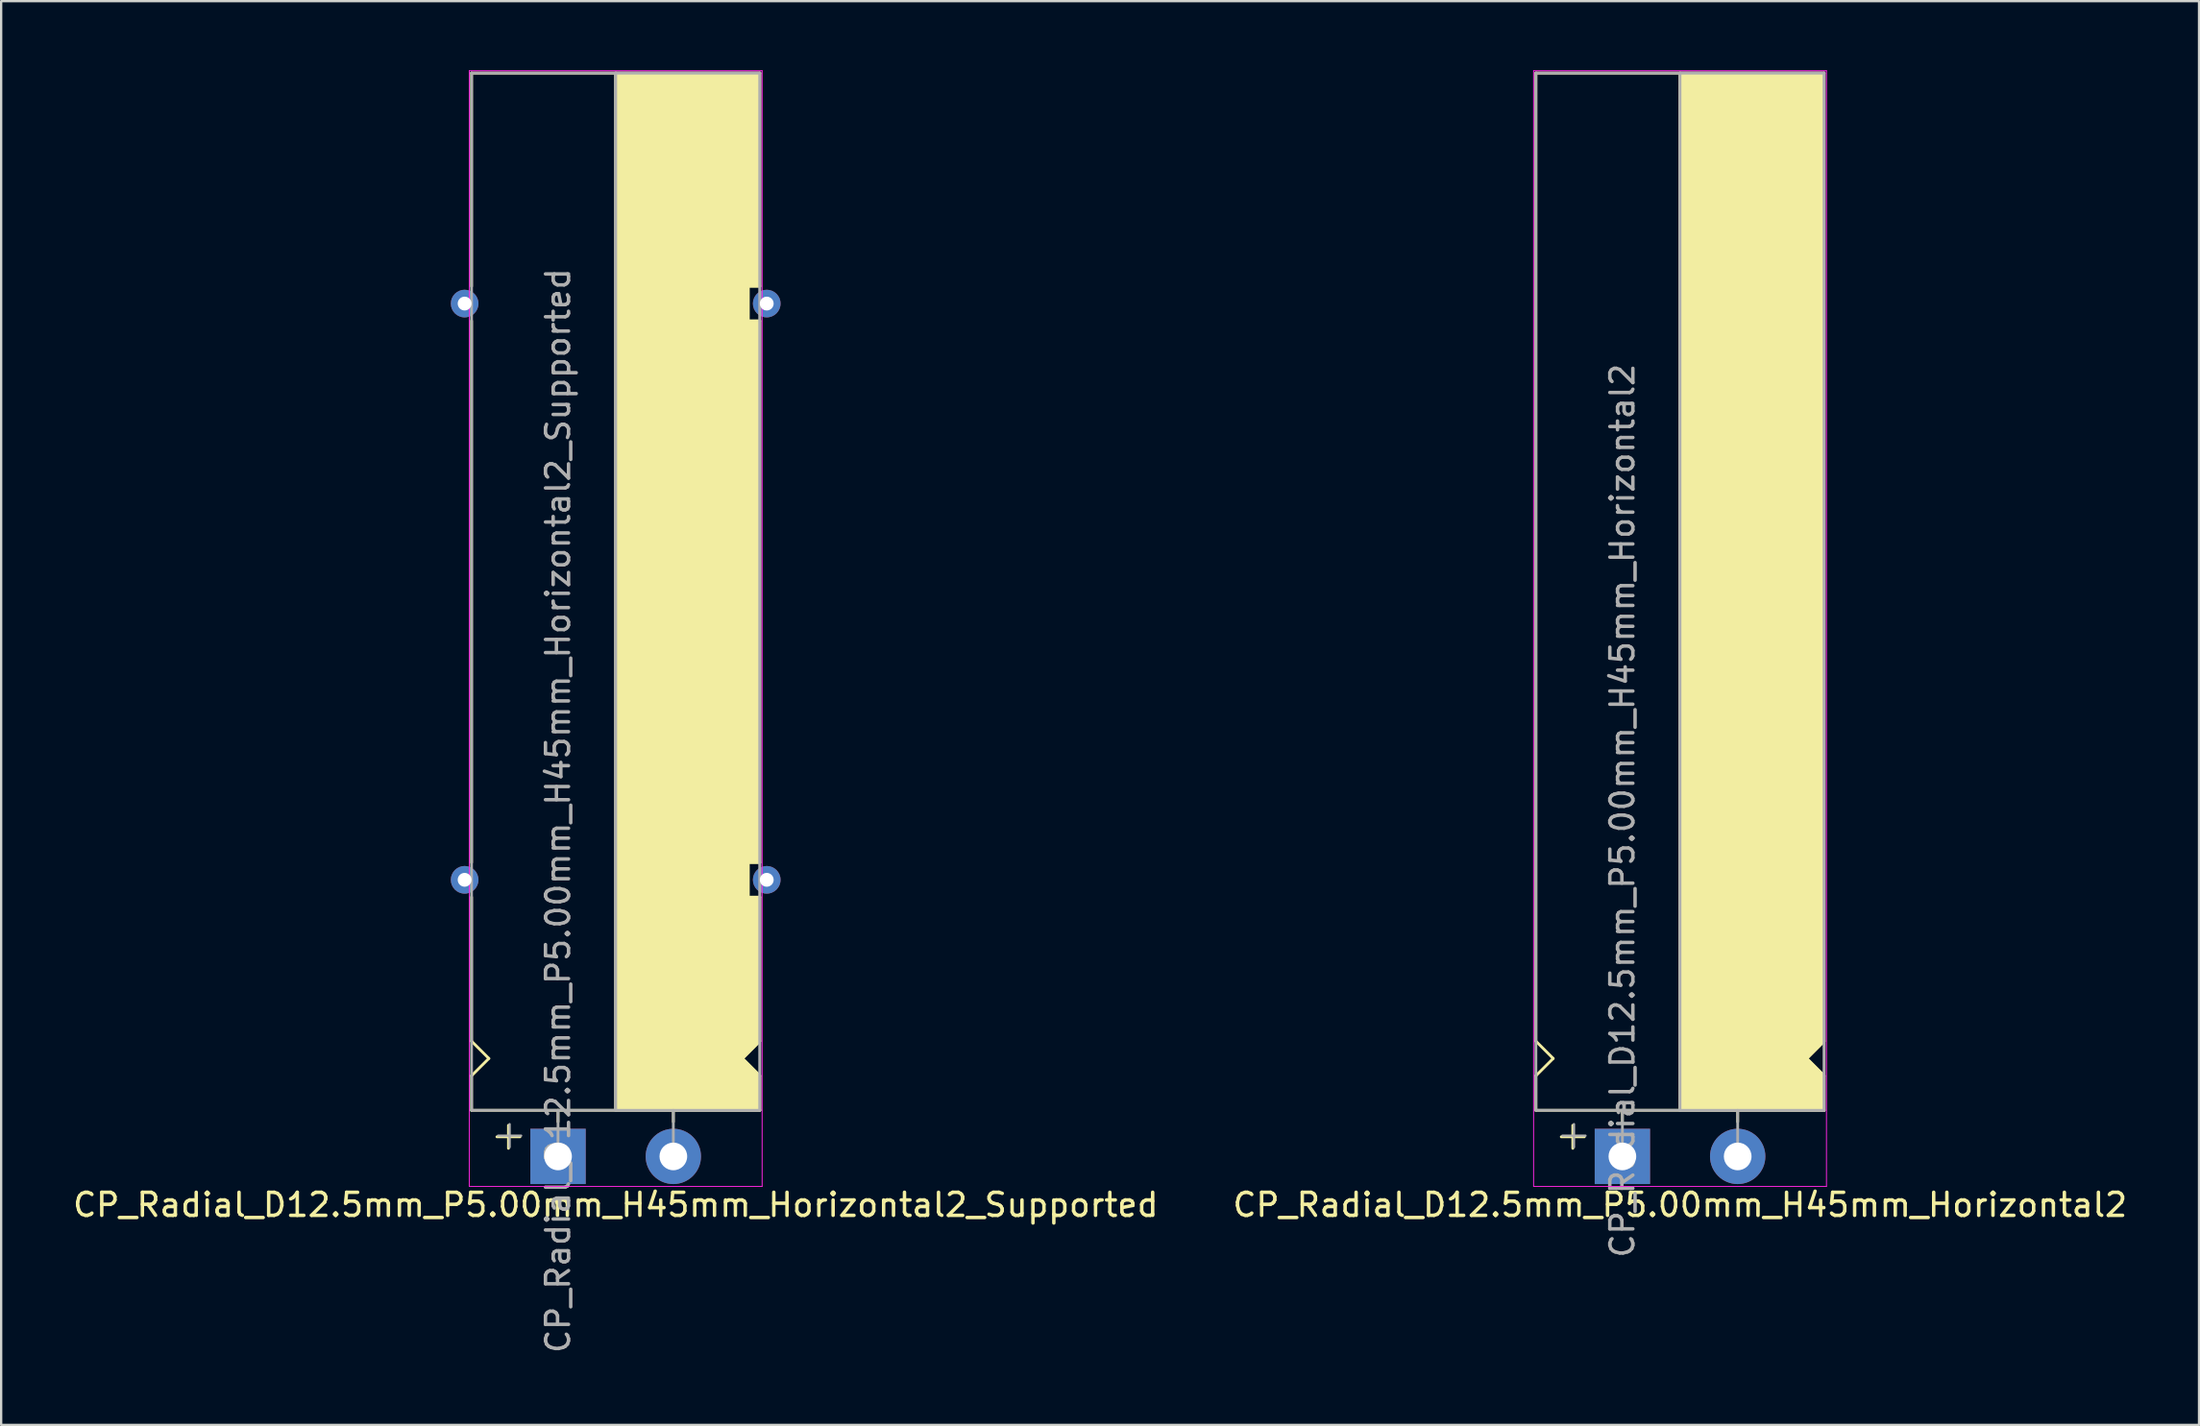
<source format=kicad_pcb>
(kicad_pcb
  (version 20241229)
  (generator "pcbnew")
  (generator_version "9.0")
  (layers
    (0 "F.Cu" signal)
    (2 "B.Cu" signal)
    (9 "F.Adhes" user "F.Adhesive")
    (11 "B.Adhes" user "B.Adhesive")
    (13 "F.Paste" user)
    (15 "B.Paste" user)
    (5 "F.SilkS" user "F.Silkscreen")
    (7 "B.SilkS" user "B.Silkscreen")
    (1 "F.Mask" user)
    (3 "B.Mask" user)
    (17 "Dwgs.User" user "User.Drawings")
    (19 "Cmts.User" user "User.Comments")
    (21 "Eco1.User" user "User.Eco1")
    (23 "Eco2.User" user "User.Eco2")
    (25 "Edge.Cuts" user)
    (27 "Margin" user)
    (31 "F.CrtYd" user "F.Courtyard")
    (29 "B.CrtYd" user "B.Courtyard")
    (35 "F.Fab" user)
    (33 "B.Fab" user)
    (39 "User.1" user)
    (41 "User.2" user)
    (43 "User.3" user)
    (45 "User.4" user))
  (footprint "CP_Radial_D12.5mm_P5.00mm_H45mm_Horizontal2_Supported"
    (layer "F.Cu")
    (at 21.149 47.12)
    (property "Reference" "CP_Radial_D12.5mm_P5.00mm_H45mm_Horizontal2_Supported" (at 2.5 2.1 180) (layer "F.SilkS") (effects (font (size 1 1) (thickness 0.15))))
    (attr through_hole)
    (fp_line (start -3.75 -47) (end -3.75 -37.75) (stroke (width 0.12) (type solid)) (layer "F.SilkS"))
    (fp_line (start -3.75 -12.75) (end -3.75 -36.25) (stroke (width 0.12) (type solid)) (layer "F.SilkS"))
    (fp_line (start -3.75 -5) (end -3.75 -11.25) (stroke (width 0.12) (type solid)) (layer "F.SilkS"))
    (fp_line (start -3.75 -3.5) (end -3 -4.25) (stroke (width 0.12) (type solid)) (layer "F.SilkS"))
    (fp_line (start -3.75 -2) (end -3.75 -3.5) (stroke (width 0.12) (type solid)) (layer "F.SilkS"))
    (fp_line (start -3 -4.25) (end -3.75 -5) (stroke (width 0.12) (type solid)) (layer "F.SilkS"))
    (fp_line (start -2.15 -1.35) (end -2.15 -0.35) (stroke (width 0.12) (type solid)) (layer "F.SilkS"))
    (fp_line (start -1.65 -0.85) (end -2.65 -0.85) (stroke (width 0.12) (type solid)) (layer "F.SilkS"))
    (fp_line (start 0 -1.5) (end 0 -2) (stroke (width 0.12) (type solid)) (layer "F.SilkS"))
    (fp_line (start 2.5 -2) (end -3.75 -2) (stroke (width 0.12) (type solid)) (layer "F.SilkS"))
    (fp_line (start 2.5 -2) (end 2.5 -47) (stroke (width 0.12) (type solid)) (layer "F.SilkS"))
    (fp_line (start 2.5 -2) (end 8.75 -2) (stroke (width 0.12) (type solid)) (layer "F.SilkS"))
    (fp_line (start 5 -1.5) (end 5 -2) (stroke (width 0.12) (type solid)) (layer "F.SilkS"))
    (fp_line (start 8 -4.25) (end 8.75 -5) (stroke (width 0.12) (type solid)) (layer "F.SilkS"))
    (fp_line (start 8.25 -37.75) (end 8.25 -36.25) (stroke (width 0.12) (type solid)) (layer "F.SilkS"))
    (fp_line (start 8.25 -36.25) (end 8.75 -36.25) (stroke (width 0.12) (type solid)) (layer "F.SilkS"))
    (fp_line (start 8.25 -12.75) (end 8.25 -11.25) (stroke (width 0.12) (type solid)) (layer "F.SilkS"))
    (fp_line (start 8.25 -11.25) (end 8.75 -11.25) (stroke (width 0.12) (type solid)) (layer "F.SilkS"))
    (fp_line (start 8.75 -47) (end -3.75 -47) (stroke (width 0.12) (type solid)) (layer "F.SilkS"))
    (fp_line (start 8.75 -47) (end 8.75 -37.75) (stroke (width 0.12) (type solid)) (layer "F.SilkS"))
    (fp_line (start 8.75 -37.75) (end 8.25 -37.75) (stroke (width 0.12) (type solid)) (layer "F.SilkS"))
    (fp_line (start 8.75 -12.75) (end 8.25 -12.75) (stroke (width 0.12) (type solid)) (layer "F.SilkS"))
    (fp_line (start 8.75 -12.75) (end 8.75 -36.25) (stroke (width 0.12) (type solid)) (layer "F.SilkS"))
    (fp_line (start 8.75 -5) (end 8.75 -11.25) (stroke (width 0.12) (type solid)) (layer "F.SilkS"))
    (fp_line (start 8.75 -3.5) (end 8 -4.25) (stroke (width 0.12) (type solid)) (layer "F.SilkS"))
    (fp_line (start 8.75 -2) (end 8.75 -3.5) (stroke (width 0.12) (type solid)) (layer "F.SilkS"))
    (fp_poly (pts (xy 8.75 -3.5) (xy 8 -4.25) (xy 8.75 -5) (xy 8.75 -11.25) (xy 8.25 -11.25) (xy 8.25 -12.75) (xy 8.75 -12.75) (xy 8.75 -36.25) (xy 8.25 -36.25) (xy 8.25 -37.75) (xy 8.75 -37.75) (xy 8.75 -47) (xy 2.5 -47) (xy 2.5 -2) (xy 8.75 -2)) (stroke (width 0.1) (type solid)) (fill yes) (layer "F.SilkS"))
    (fp_line (start -3.85 -47.1) (end -3.85 1.3) (stroke (width 0.04) (type solid)) (layer "F.CrtYd"))
    (fp_line (start 8.85 -47.1) (end -3.85 -47.1) (stroke (width 0.04) (type solid)) (layer "F.CrtYd"))
    (fp_line (start 8.85 1.3) (end -3.85 1.3) (stroke (width 0.04) (type solid)) (layer "F.CrtYd"))
    (fp_line (start 8.85 1.3) (end 8.85 -47.1) (stroke (width 0.04) (type solid)) (layer "F.CrtYd"))
    (fp_line (start -3.75 -47) (end 8.75 -47) (stroke (width 0.12) (type solid)) (layer "F.Fab"))
    (fp_line (start -3.75 -2) (end -3.75 -47) (stroke (width 0.12) (type solid)) (layer "F.Fab"))
    (fp_line (start -2.6 -0.9) (end -1.6 -0.9) (stroke (width 0.1) (type solid)) (layer "F.Fab"))
    (fp_line (start -2.1 -0.4) (end -2.1 -1.4) (stroke (width 0.1) (type solid)) (layer "F.Fab"))
    (fp_line (start 0 -2) (end -3.75 -2) (stroke (width 0.12) (type solid)) (layer "F.Fab"))
    (fp_line (start 0 0) (end 0 -2) (stroke (width 0.12) (type solid)) (layer "F.Fab"))
    (fp_line (start 2.5 -2) (end 2.5 -47) (stroke (width 0.12) (type solid)) (layer "F.Fab"))
    (fp_line (start 5 -2) (end 5 0) (stroke (width 0.12) (type solid)) (layer "F.Fab"))
    (fp_line (start 8.75 -47) (end 8.75 -2) (stroke (width 0.12) (type solid)) (layer "F.Fab"))
    (fp_line (start 8.75 -2) (end 0 -2) (stroke (width 0.12) (type solid)) (layer "F.Fab"))
    (fp_poly (pts (xy 8.75 -47) (xy 2.5 -47) (xy 2.5 -2) (xy 8.75 -2)) (stroke (width 0.1) (type solid)) (fill no) (layer "F.Fab"))
    (fp_text user "${REFERENCE}" (at 0 -15 90) (layer "F.Fab") (effects (font (size 1 1) (thickness 0.15))))
    (pad "" thru_hole circle (at -4.05 -37 180) (size 1.2 1.2) (drill 0.6) (layers "*.Cu" "*.Mask"))
    (pad "" thru_hole circle (at -4.05 -12 180) (size 1.2 1.2) (drill 0.6) (layers "*.Cu" "*.Mask"))
    (pad "" thru_hole circle (at 9.05 -37 180) (size 1.2 1.2) (drill 0.6) (layers "*.Cu" "*.Mask"))
    (pad "" thru_hole circle (at 9.05 -12 180) (size 1.2 1.2) (drill 0.6) (layers "*.Cu" "*.Mask"))
    (pad "1" thru_hole rect (at 0 0) (size 2.4 2.4) (drill 1.2) (layers "*.Cu" "*.Mask"))
    (pad "2" thru_hole circle (at 5 0) (size 2.4 2.4) (drill 1.2) (layers "*.Cu" "*.Mask")))
  (footprint "CP_Radial_D12.5mm_P5.00mm_H45mm_Horizontal2"
    (layer "F.Cu")
    (at 67.304 47.12)
    (property "Reference" "CP_Radial_D12.5mm_P5.00mm_H45mm_Horizontal2" (at 2.5 2.1 180) (layer "F.SilkS") (effects (font (size 1 1) (thickness 0.15))))
    (attr through_hole)
    (fp_line (start -3.75 -5) (end -3.75 -47) (stroke (width 0.12) (type solid)) (layer "F.SilkS"))
    (fp_line (start -3.75 -3.5) (end -3 -4.25) (stroke (width 0.12) (type solid)) (layer "F.SilkS"))
    (fp_line (start -3.75 -2) (end -3.75 -3.5) (stroke (width 0.12) (type solid)) (layer "F.SilkS"))
    (fp_line (start -3 -4.25) (end -3.75 -5) (stroke (width 0.12) (type solid)) (layer "F.SilkS"))
    (fp_line (start -2.15 -1.35) (end -2.15 -0.35) (stroke (width 0.12) (type solid)) (layer "F.SilkS"))
    (fp_line (start -1.65 -0.85) (end -2.65 -0.85) (stroke (width 0.12) (type solid)) (layer "F.SilkS"))
    (fp_line (start 0 -1.5) (end 0 -2) (stroke (width 0.12) (type solid)) (layer "F.SilkS"))
    (fp_line (start 2.5 -2) (end -3.75 -2) (stroke (width 0.12) (type solid)) (layer "F.SilkS"))
    (fp_line (start 2.5 -2) (end 2.5 -47) (stroke (width 0.12) (type solid)) (layer "F.SilkS"))
    (fp_line (start 2.5 -2) (end 8.75 -2) (stroke (width 0.12) (type solid)) (layer "F.SilkS"))
    (fp_line (start 5 -1.5) (end 5 -2) (stroke (width 0.12) (type solid)) (layer "F.SilkS"))
    (fp_line (start 8 -4.25) (end 8.75 -5) (stroke (width 0.12) (type solid)) (layer "F.SilkS"))
    (fp_line (start 8.75 -47) (end -3.75 -47) (stroke (width 0.12) (type solid)) (layer "F.SilkS"))
    (fp_line (start 8.75 -5) (end 8.75 -47) (stroke (width 0.12) (type solid)) (layer "F.SilkS"))
    (fp_line (start 8.75 -3.5) (end 8 -4.25) (stroke (width 0.12) (type solid)) (layer "F.SilkS"))
    (fp_line (start 8.75 -2) (end 8.75 -3.5) (stroke (width 0.12) (type solid)) (layer "F.SilkS"))
    (fp_poly (pts (xy 8.75 -3.5) (xy 8 -4.25) (xy 8.75 -5) (xy 8.75 -47) (xy 2.5 -47) (xy 2.5 -2) (xy 8.75 -2)) (stroke (width 0.1) (type solid)) (fill yes) (layer "F.SilkS"))
    (fp_line (start -3.85 -47.1) (end -3.85 1.3) (stroke (width 0.04) (type solid)) (layer "F.CrtYd"))
    (fp_line (start 8.85 -47.1) (end -3.85 -47.1) (stroke (width 0.04) (type solid)) (layer "F.CrtYd"))
    (fp_line (start 8.85 1.3) (end -3.85 1.3) (stroke (width 0.04) (type solid)) (layer "F.CrtYd"))
    (fp_line (start 8.85 1.3) (end 8.85 -47.1) (stroke (width 0.04) (type solid)) (layer "F.CrtYd"))
    (fp_line (start -3.75 -47) (end 8.75 -47) (stroke (width 0.12) (type solid)) (layer "F.Fab"))
    (fp_line (start -3.75 -2) (end -3.75 -47) (stroke (width 0.12) (type solid)) (layer "F.Fab"))
    (fp_line (start -2.6 -0.9) (end -1.6 -0.9) (stroke (width 0.1) (type solid)) (layer "F.Fab"))
    (fp_line (start -2.1 -0.4) (end -2.1 -1.4) (stroke (width 0.1) (type solid)) (layer "F.Fab"))
    (fp_line (start 0 -2) (end -3.75 -2) (stroke (width 0.12) (type solid)) (layer "F.Fab"))
    (fp_line (start 0 0) (end 0 -2) (stroke (width 0.12) (type solid)) (layer "F.Fab"))
    (fp_line (start 2.5 -2) (end 2.5 -47) (stroke (width 0.12) (type solid)) (layer "F.Fab"))
    (fp_line (start 5 -2) (end 5 0) (stroke (width 0.12) (type solid)) (layer "F.Fab"))
    (fp_line (start 8.75 -47) (end 8.75 -2) (stroke (width 0.12) (type solid)) (layer "F.Fab"))
    (fp_line (start 8.75 -2) (end 0 -2) (stroke (width 0.12) (type solid)) (layer "F.Fab"))
    (fp_poly (pts (xy 8.75 -47) (xy 2.5 -47) (xy 2.5 -2) (xy 8.75 -2)) (stroke (width 0.1) (type solid)) (fill no) (layer "F.Fab"))
    (fp_text user "${REFERENCE}" (at 0 -15 90) (layer "F.Fab") (effects (font (size 1 1) (thickness 0.15))))
    (pad "1" thru_hole rect (at 0 0) (size 2.4 2.4) (drill 1.2) (layers "*.Cu" "*.Mask"))
    (pad "2" thru_hole circle (at 5 0) (size 2.4 2.4) (drill 1.2) (layers "*.Cu" "*.Mask")))
  (gr_rect
    (start -3 -3)
    (end 92.31 58.769)
    (stroke (width 0.1) (type default))
    (fill no)
    (layer "Edge.Cuts")))
</source>
